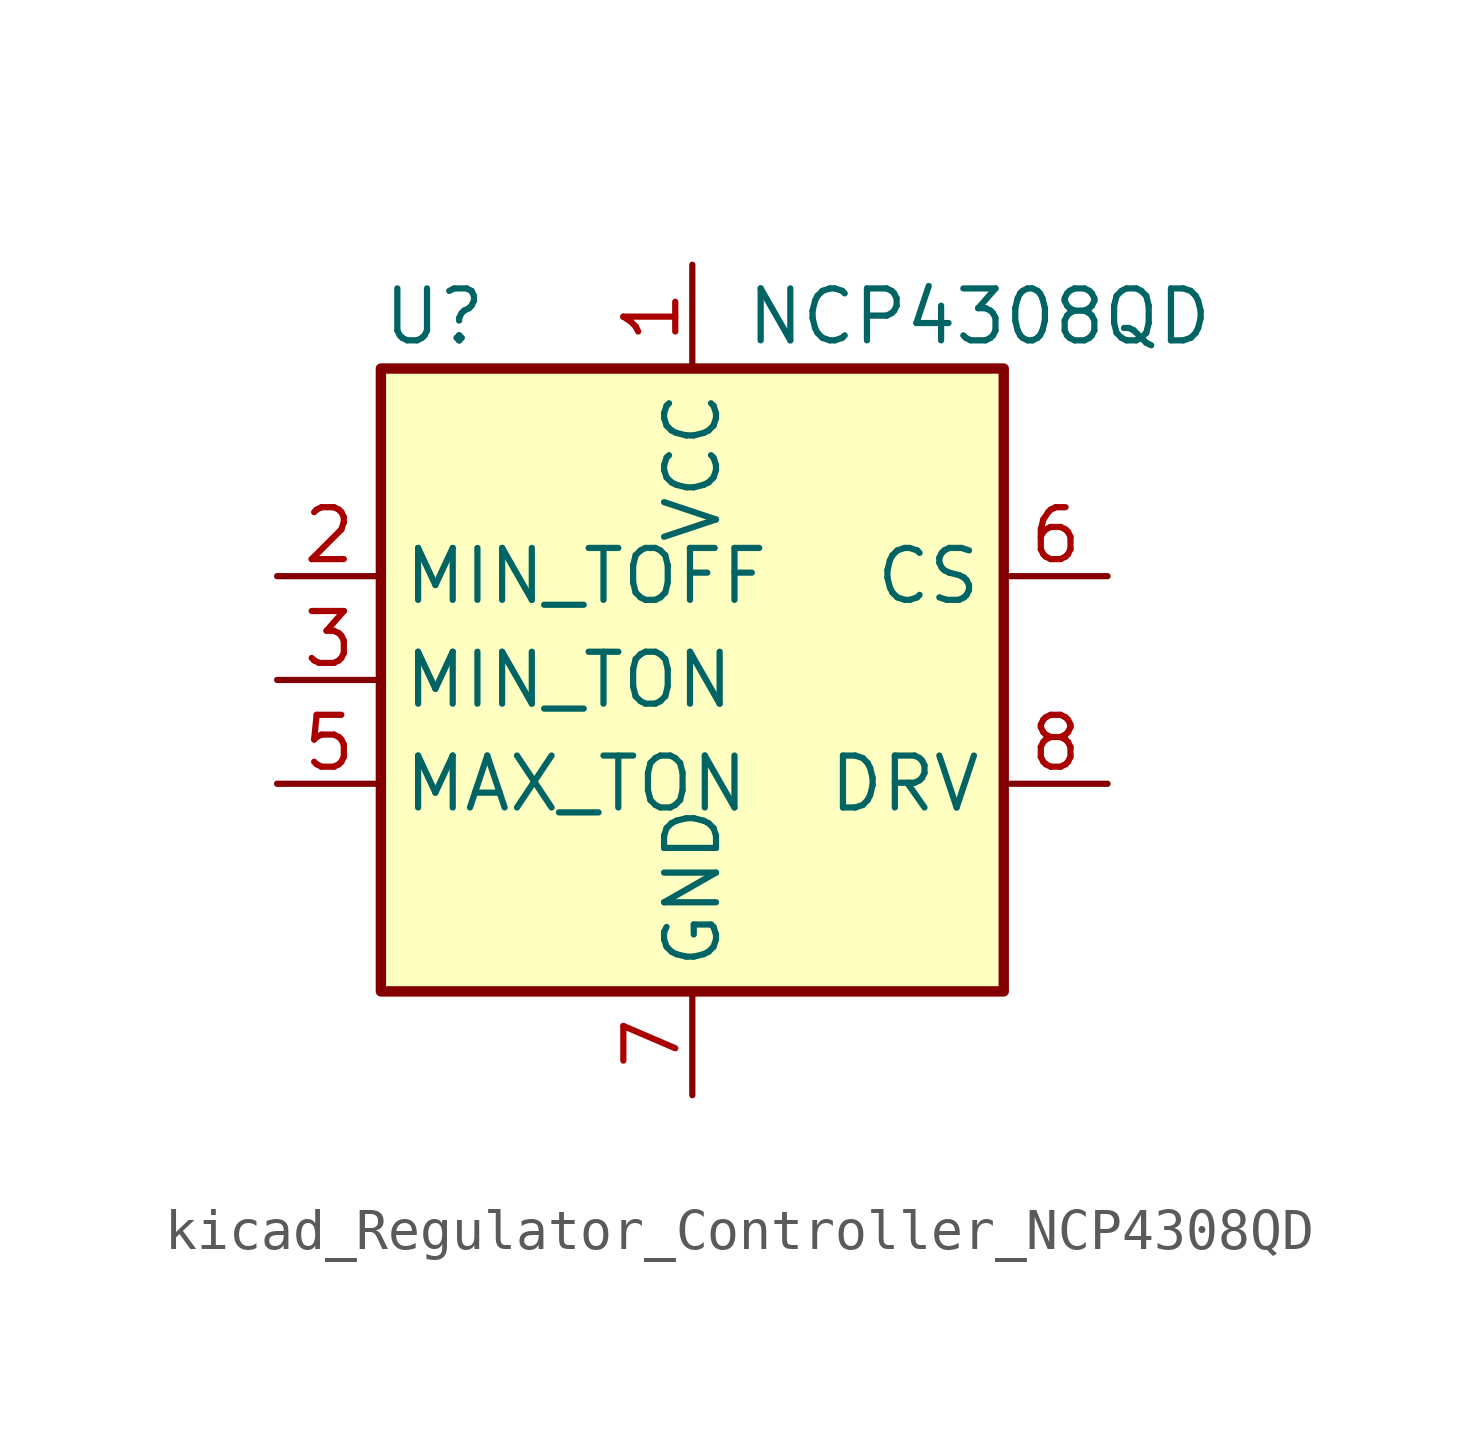
<source format=kicad_sym>
(kicad_symbol_lib
  (version 20220914)
  (generator kicad_symbol_editor)
  (symbol "kicad_Regulator_Controller_NCP4308QD"
    (property "Reference" "U"
      (at -7.62 8.89 0)
      (effects (font (size 1.27 1.27)) (justify left)))
    (property "Value" "NCP4308QD"
      (at 1.27 8.89 0)
      (effects (font (size 1.27 1.27)) (justify left)))
    (symbol "kicad_Regulator_Controller_NCP4308QD_0_1"
      (rectangle (start -7.62 7.62) (end 7.62 -7.62) (stroke (width 0.254) (type default)) (fill (type background))))
    (symbol "kicad_Regulator_Controller_NCP4308QD_1_1"
      (pin power_in line (at 0 10.16 270) (length 2.54) (name "VCC" (effects (font (size 1.27 1.27)))) (number "1" (effects (font (size 1.27 1.27)))))
      (pin passive line (at -10.16 2.54 0) (length 2.54) (name "MIN_TOFF" (effects (font (size 1.27 1.27)))) (number "2" (effects (font (size 1.27 1.27)))))
      (pin passive line (at -10.16 0 0) (length 2.54) (name "MIN_TON" (effects (font (size 1.27 1.27)))) (number "3" (effects (font (size 1.27 1.27)))))
      (pin no_connect line (at 7.62 -5.08 180) (length 2.54) hide (name "NC" (effects (font (size 1.27 1.27)))) (number "4" (effects (font (size 1.27 1.27)))))
      (pin passive line (at -10.16 -2.54 0) (length 2.54) (name "MAX_TON" (effects (font (size 1.27 1.27)))) (number "5" (effects (font (size 1.27 1.27)))))
      (pin input line (at 10.16 2.54 180) (length 2.54) (name "CS" (effects (font (size 1.27 1.27)))) (number "6" (effects (font (size 1.27 1.27)))))
      (pin power_in line (at 0 -10.16 90) (length 2.54) (name "GND" (effects (font (size 1.27 1.27)))) (number "7" (effects (font (size 1.27 1.27)))))
      (pin output line (at 10.16 -2.54 180) (length 2.54) (name "DRV" (effects (font (size 1.27 1.27)))) (number "8" (effects (font (size 1.27 1.27))))))))
</source>
